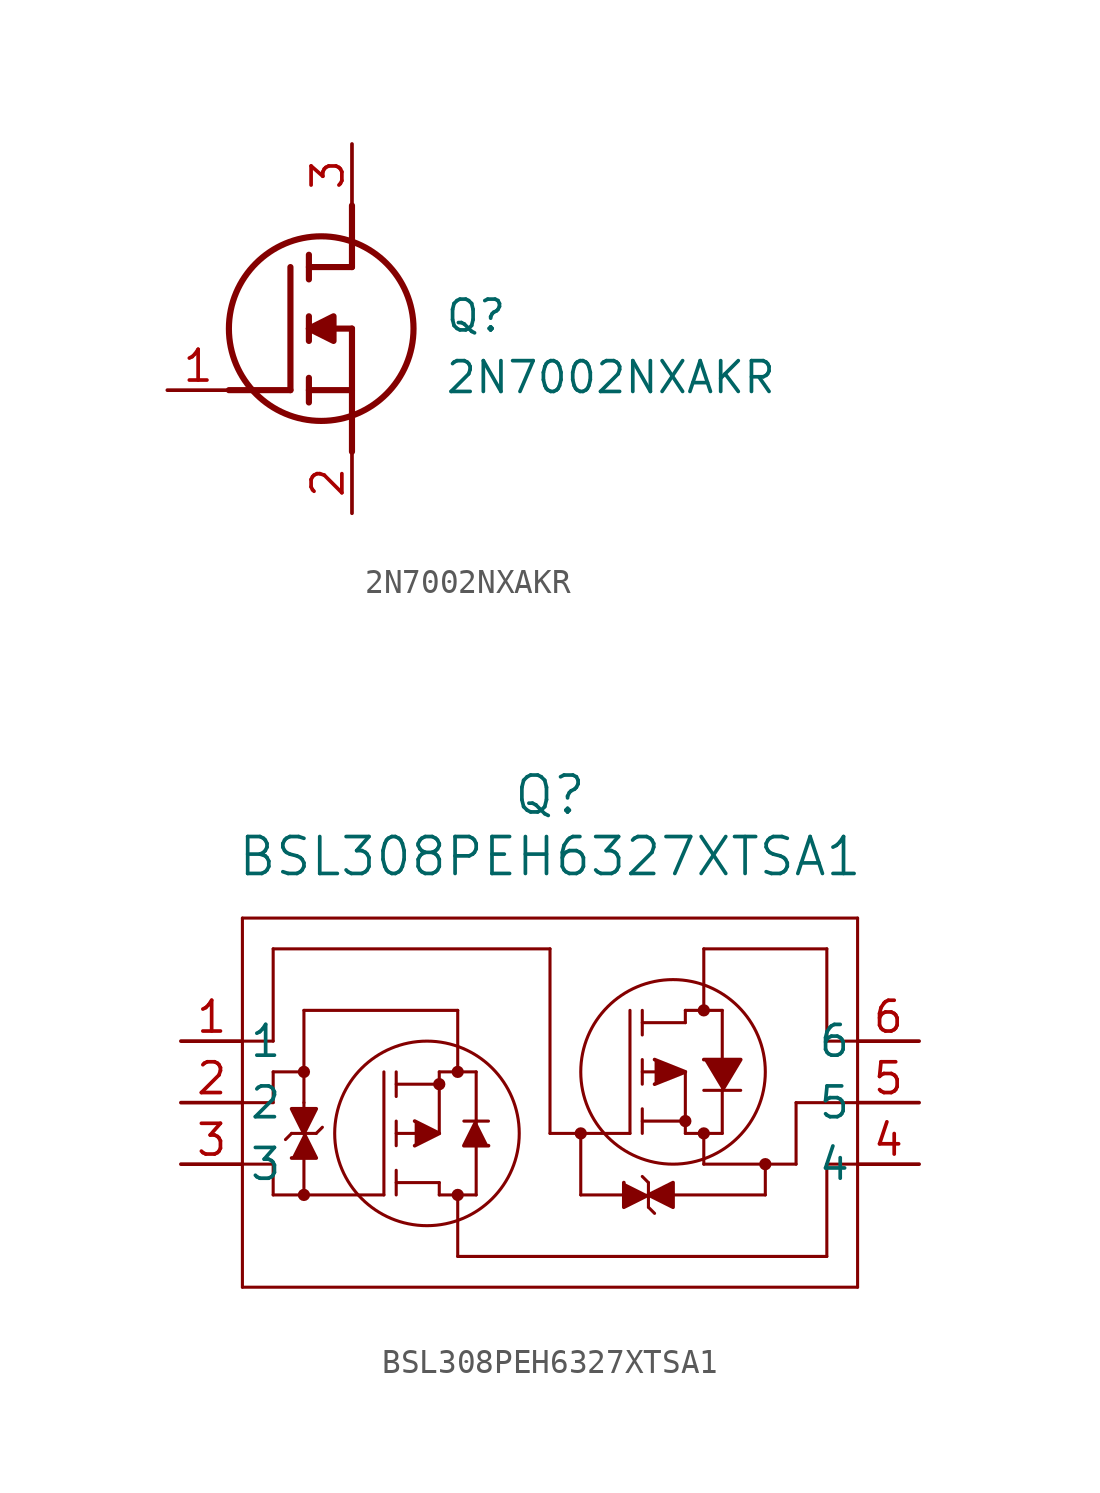
<source format=kicad_sym>
(kicad_symbol_lib
  (version 20231120)
  (generator "kicad_symbol_editor")
  (generator_version "8.0")
  (symbol "2N7002NXAKR"
    (pin_names hide)
    (property "Reference" "Q"
      (at 11.43 3.81 0)
      (effects (font (size 1.27 1.27)) (justify left top)))
    (property "Value" "2N7002NXAKR"
      (at 11.43 1.27 0)
      (effects (font (size 1.27 1.27)) (justify left top)))
    (symbol "2N7002NXAKR_1_1"
      (polyline (pts (xy 2.54 0) (xy 5.08 0)) (stroke (width 0.254) (type default)) (fill (type none)))
      (polyline (pts (xy 5.08 5.08) (xy 5.08 0)) (stroke (width 0.254) (type default)) (fill (type none)))
      (polyline (pts (xy 5.842 -0.508) (xy 5.842 0.508)) (stroke (width 0.254) (type default)) (fill (type none)))
      (polyline (pts (xy 5.842 0) (xy 7.62 0)) (stroke (width 0.254) (type default)) (fill (type none)))
      (polyline (pts (xy 5.842 2.032) (xy 5.842 3.048)) (stroke (width 0.254) (type default)) (fill (type none)))
      (polyline (pts (xy 5.842 5.588) (xy 5.842 4.572)) (stroke (width 0.254) (type default)) (fill (type none)))
      (polyline (pts (xy 7.62 2.54) (xy 5.842 2.54)) (stroke (width 0.254) (type default)) (fill (type none)))
      (polyline (pts (xy 7.62 2.54) (xy 7.62 -2.54)) (stroke (width 0.254) (type default)) (fill (type none)))
      (polyline (pts (xy 7.62 5.08) (xy 5.842 5.08)) (stroke (width 0.254) (type default)) (fill (type none)))
      (polyline (pts (xy 7.62 5.08) (xy 7.62 7.62)) (stroke (width 0.254) (type default)) (fill (type none)))
      (polyline (pts (xy 5.842 2.54) (xy 6.858 3.048) (xy 6.858 2.032) (xy 5.842 2.54)) (stroke (width 0.254) (type default)) (fill (type outline)))
      (circle (center 6.35 2.54) (radius 3.81) (stroke (width 0.254) (type default)) (fill (type none)))
      (pin passive line (at 0 0 0) (length 2.54) (name "G" (effects (font (size 1.27 1.27)))) (number "1" (effects (font (size 1.27 1.27)))))
      (pin passive line (at 7.62 -5.08 90) (length 2.54) (name "S" (effects (font (size 1.27 1.27)))) (number "2" (effects (font (size 1.27 1.27)))))
      (pin passive line (at 7.62 10.16 270) (length 2.54) (name "D" (effects (font (size 1.27 1.27)))) (number "3" (effects (font (size 1.27 1.27)))))))
  (symbol "BSL308PEH6327XTSA1"
    (pin_names
      (offset 0.254))
    (property "Reference" "Q"
      (at 20.32 10.16 0)
      (effects (font (size 1.524 1.524))))
    (property "Value" "BSL308PEH6327XTSA1"
      (at 20.32 7.62 0)
      (effects (font (size 1.524 1.524))))
    (symbol "BSL308PEH6327XTSA1_0_1"
      (polyline (pts (xy 7.62 -10.16) (xy 33.02 -10.16)) (stroke (width 0.127) (type default)) (fill (type none)))
      (polyline (pts (xy 7.62 -5.08) (xy 8.89 -5.08)) (stroke (width 0.127) (type default)) (fill (type none)))
      (polyline (pts (xy 7.62 -2.54) (xy 8.89 -2.54)) (stroke (width 0.127) (type default)) (fill (type none)))
      (polyline (pts (xy 7.62 5.08) (xy 7.62 -10.16)) (stroke (width 0.127) (type default)) (fill (type none)))
      (polyline (pts (xy 8.89 -6.35) (xy 13.462 -6.35)) (stroke (width 0.127) (type default)) (fill (type none)))
      (polyline (pts (xy 8.89 -5.08) (xy 8.89 -6.35)) (stroke (width 0.127) (type default)) (fill (type none)))
      (polyline (pts (xy 8.89 -2.54) (xy 8.89 -1.27)) (stroke (width 0.127) (type default)) (fill (type none)))
      (polyline (pts (xy 8.89 -1.27) (xy 10.16 -1.27)) (stroke (width 0.127) (type default)) (fill (type none)))
      (polyline (pts (xy 8.89 0) (xy 7.62 0)) (stroke (width 0.127) (type default)) (fill (type none)))
      (polyline (pts (xy 8.89 0) (xy 8.89 3.81)) (stroke (width 0.127) (type default)) (fill (type none)))
      (polyline (pts (xy 8.89 3.81) (xy 20.32 3.81)) (stroke (width 0.127) (type default)) (fill (type none)))
      (polyline (pts (xy 9.652 -3.81) (xy 9.398 -4.064)) (stroke (width 0.127) (type default)) (fill (type none)))
      (polyline (pts (xy 9.652 -3.81) (xy 10.668 -3.81)) (stroke (width 0.127) (type default)) (fill (type none)))
      (polyline (pts (xy 10.16 -6.35) (xy 10.16 -4.826)) (stroke (width 0.127) (type default)) (fill (type none)))
      (polyline (pts (xy 10.16 -2.54) (xy 10.16 -3.048)) (stroke (width 0.127) (type default)) (fill (type none)))
      (polyline (pts (xy 10.16 -2.54) (xy 10.16 1.27)) (stroke (width 0.127) (type default)) (fill (type none)))
      (polyline (pts (xy 10.16 1.27) (xy 16.51 1.27)) (stroke (width 0.127) (type default)) (fill (type none)))
      (polyline (pts (xy 10.668 -3.81) (xy 10.922 -3.556)) (stroke (width 0.127) (type default)) (fill (type none)))
      (polyline (pts (xy 13.462 -1.27) (xy 13.462 -6.35)) (stroke (width 0.127) (type default)) (fill (type none)))
      (polyline (pts (xy 13.97 -5.842) (xy 15.748 -5.842)) (stroke (width 0.127) (type default)) (fill (type none)))
      (polyline (pts (xy 13.97 -5.334) (xy 13.97 -6.35)) (stroke (width 0.127) (type default)) (fill (type none)))
      (polyline (pts (xy 13.97 -3.81) (xy 15.748 -3.81)) (stroke (width 0.127) (type default)) (fill (type none)))
      (polyline (pts (xy 13.97 -3.302) (xy 13.97 -4.318)) (stroke (width 0.127) (type default)) (fill (type none)))
      (polyline (pts (xy 13.97 -1.778) (xy 15.748 -1.778)) (stroke (width 0.127) (type default)) (fill (type none)))
      (polyline (pts (xy 13.97 -1.27) (xy 13.97 -2.286)) (stroke (width 0.127) (type default)) (fill (type none)))
      (polyline (pts (xy 15.748 -6.35) (xy 17.272 -6.35)) (stroke (width 0.127) (type default)) (fill (type none)))
      (polyline (pts (xy 15.748 -5.842) (xy 15.748 -6.35)) (stroke (width 0.127) (type default)) (fill (type none)))
      (polyline (pts (xy 15.748 -1.27) (xy 15.748 -3.81)) (stroke (width 0.127) (type default)) (fill (type none)))
      (polyline (pts (xy 15.748 -1.27) (xy 17.272 -1.27)) (stroke (width 0.127) (type default)) (fill (type none)))
      (polyline (pts (xy 16.51 -8.89) (xy 16.51 -6.35)) (stroke (width 0.127) (type default)) (fill (type none)))
      (polyline (pts (xy 16.51 -8.89) (xy 31.75 -8.89)) (stroke (width 0.127) (type default)) (fill (type none)))
      (polyline (pts (xy 16.51 1.27) (xy 16.51 -1.27)) (stroke (width 0.127) (type default)) (fill (type none)))
      (polyline (pts (xy 17.272 -1.27) (xy 17.272 -6.35)) (stroke (width 0.127) (type default)) (fill (type none)))
      (polyline (pts (xy 17.78 -3.302) (xy 16.764 -3.302)) (stroke (width 0.127) (type default)) (fill (type none)))
      (polyline (pts (xy 20.32 3.81) (xy 20.32 -3.81)) (stroke (width 0.127) (type default)) (fill (type none)))
      (polyline (pts (xy 21.59 -6.35) (xy 23.368 -6.35)) (stroke (width 0.127) (type default)) (fill (type none)))
      (polyline (pts (xy 21.59 -3.81) (xy 21.59 -6.35)) (stroke (width 0.127) (type default)) (fill (type none)))
      (polyline (pts (xy 23.622 -3.81) (xy 20.32 -3.81)) (stroke (width 0.127) (type default)) (fill (type none)))
      (polyline (pts (xy 23.622 -3.81) (xy 23.622 1.27)) (stroke (width 0.127) (type default)) (fill (type none)))
      (polyline (pts (xy 24.13 -3.81) (xy 24.13 -2.794)) (stroke (width 0.127) (type default)) (fill (type none)))
      (polyline (pts (xy 24.13 -3.302) (xy 25.908 -3.302)) (stroke (width 0.127) (type default)) (fill (type none)))
      (polyline (pts (xy 24.13 -1.778) (xy 24.13 -0.762)) (stroke (width 0.127) (type default)) (fill (type none)))
      (polyline (pts (xy 24.13 0.254) (xy 24.13 1.27)) (stroke (width 0.127) (type default)) (fill (type none)))
      (polyline (pts (xy 24.13 0.762) (xy 25.908 0.762)) (stroke (width 0.127) (type default)) (fill (type none)))
      (polyline (pts (xy 24.384 -6.858) (xy 24.638 -7.112)) (stroke (width 0.127) (type default)) (fill (type none)))
      (polyline (pts (xy 24.384 -5.842) (xy 24.13 -5.588)) (stroke (width 0.127) (type default)) (fill (type none)))
      (polyline (pts (xy 24.384 -5.842) (xy 24.384 -6.858)) (stroke (width 0.127) (type default)) (fill (type none)))
      (polyline (pts (xy 25.4 -6.35) (xy 29.21 -6.35)) (stroke (width 0.127) (type default)) (fill (type none)))
      (polyline (pts (xy 25.908 -3.81) (xy 25.908 -1.27)) (stroke (width 0.127) (type default)) (fill (type none)))
      (polyline (pts (xy 25.908 -3.81) (xy 27.432 -3.81)) (stroke (width 0.127) (type default)) (fill (type none)))
      (polyline (pts (xy 25.908 -1.27) (xy 24.13 -1.27)) (stroke (width 0.127) (type default)) (fill (type none)))
      (polyline (pts (xy 25.908 0.762) (xy 25.908 1.27)) (stroke (width 0.127) (type default)) (fill (type none)))
      (polyline (pts (xy 25.908 1.27) (xy 27.432 1.27)) (stroke (width 0.127) (type default)) (fill (type none)))
      (polyline (pts (xy 26.67 -5.08) (xy 26.67 -3.81)) (stroke (width 0.127) (type default)) (fill (type none)))
      (polyline (pts (xy 26.67 -2.032) (xy 28.194 -2.032)) (stroke (width 0.127) (type default)) (fill (type none)))
      (polyline (pts (xy 26.67 3.81) (xy 26.67 1.27)) (stroke (width 0.127) (type default)) (fill (type none)))
      (polyline (pts (xy 27.432 -3.81) (xy 27.432 -2.032)) (stroke (width 0.127) (type default)) (fill (type none)))
      (polyline (pts (xy 27.432 -0.762) (xy 27.432 1.27)) (stroke (width 0.127) (type default)) (fill (type none)))
      (polyline (pts (xy 29.21 -5.08) (xy 29.21 -6.35)) (stroke (width 0.127) (type default)) (fill (type none)))
      (polyline (pts (xy 30.48 -5.08) (xy 26.67 -5.08)) (stroke (width 0.127) (type default)) (fill (type none)))
      (polyline (pts (xy 30.48 -2.54) (xy 30.48 -5.08)) (stroke (width 0.127) (type default)) (fill (type none)))
      (polyline (pts (xy 31.75 -5.08) (xy 31.75 -8.89)) (stroke (width 0.127) (type default)) (fill (type none)))
      (polyline (pts (xy 31.75 0) (xy 31.75 3.81)) (stroke (width 0.127) (type default)) (fill (type none)))
      (polyline (pts (xy 31.75 3.81) (xy 26.67 3.81)) (stroke (width 0.127) (type default)) (fill (type none)))
      (polyline (pts (xy 33.02 -10.16) (xy 33.02 5.08)) (stroke (width 0.127) (type default)) (fill (type none)))
      (polyline (pts (xy 33.02 -5.08) (xy 31.75 -5.08)) (stroke (width 0.127) (type default)) (fill (type none)))
      (polyline (pts (xy 33.02 -2.54) (xy 30.48 -2.54)) (stroke (width 0.127) (type default)) (fill (type none)))
      (polyline (pts (xy 33.02 0) (xy 31.75 0)) (stroke (width 0.127) (type default)) (fill (type none)))
      (polyline (pts (xy 33.02 5.08) (xy 7.62 5.08)) (stroke (width 0.127) (type default)) (fill (type none)))
      (polyline (pts (xy 14.732 -4.318) (xy 15.748 -3.81) (xy 14.732 -3.302)) (stroke (width 0) (type default)) (fill (type outline)))
      (polyline (pts (xy 17.78 -4.318) (xy 16.764 -4.318) (xy 17.272 -3.302)) (stroke (width 0) (type default)) (fill (type outline)))
      (polyline (pts (xy 24.638 -1.778) (xy 25.908 -1.27) (xy 24.638 -0.762)) (stroke (width 0) (type default)) (fill (type outline)))
      (polyline (pts (xy 26.67 -0.762) (xy 28.194 -0.762) (xy 27.432 -2.032)) (stroke (width 0) (type default)) (fill (type outline)))
      (polyline (pts (xy 9.652 -4.826) (xy 10.668 -4.826) (xy 10.16 -3.81) (xy 10.668 -2.794) (xy 9.652 -2.794) (xy 10.16 -3.81)) (stroke (width 0) (type default)) (fill (type outline)))
      (polyline (pts (xy 23.368 -5.842) (xy 23.368 -6.858) (xy 24.384 -6.35) (xy 25.4 -6.858) (xy 25.4 -5.842) (xy 24.384 -6.35)) (stroke (width 0) (type default)) (fill (type outline)))
      (circle (center 10.16 -6.35) (radius 0.127) (stroke (width 0.254) (type default)) (fill (type none)))
      (circle (center 10.16 -1.27) (radius 0.127) (stroke (width 0.254) (type default)) (fill (type none)))
      (circle (center 15.24 -3.81) (radius 3.81) (stroke (width 0.127) (type default)) (fill (type none)))
      (circle (center 15.748 -1.778) (radius 0.127) (stroke (width 0.254) (type default)) (fill (type none)))
      (circle (center 16.51 -6.35) (radius 0.127) (stroke (width 0.254) (type default)) (fill (type none)))
      (circle (center 16.51 -1.27) (radius 0.127) (stroke (width 0.254) (type default)) (fill (type none)))
      (circle (center 21.59 -3.81) (radius 0.127) (stroke (width 0.254) (type default)) (fill (type none)))
      (circle (center 25.4 -1.27) (radius 3.81) (stroke (width 0.127) (type default)) (fill (type none)))
      (circle (center 25.908 -3.302) (radius 0.127) (stroke (width 0.254) (type default)) (fill (type none)))
      (circle (center 26.67 -3.81) (radius 0.127) (stroke (width 0.254) (type default)) (fill (type none)))
      (circle (center 26.67 1.27) (radius 0.127) (stroke (width 0.254) (type default)) (fill (type none)))
      (circle (center 29.21 -5.08) (radius 0.127) (stroke (width 0.254) (type default)) (fill (type none)))
      (pin unspecified line (at 5.08 0 0) (length 2.54) (name "1" (effects (font (size 1.27 1.27)))) (number "1" (effects (font (size 1.27 1.27)))))
      (pin unspecified line (at 5.08 -2.54 0) (length 2.54) (name "2" (effects (font (size 1.27 1.27)))) (number "2" (effects (font (size 1.27 1.27)))))
      (pin unspecified line (at 5.08 -5.08 0) (length 2.54) (name "3" (effects (font (size 1.27 1.27)))) (number "3" (effects (font (size 1.27 1.27)))))
      (pin unspecified line (at 35.56 -5.08 180) (length 2.54) (name "4" (effects (font (size 1.27 1.27)))) (number "4" (effects (font (size 1.27 1.27)))))
      (pin unspecified line (at 35.56 -2.54 180) (length 2.54) (name "5" (effects (font (size 1.27 1.27)))) (number "5" (effects (font (size 1.27 1.27)))))
      (pin unspecified line (at 35.56 0 180) (length 2.54) (name "6" (effects (font (size 1.27 1.27)))) (number "6" (effects (font (size 1.27 1.27))))))))
</source>
